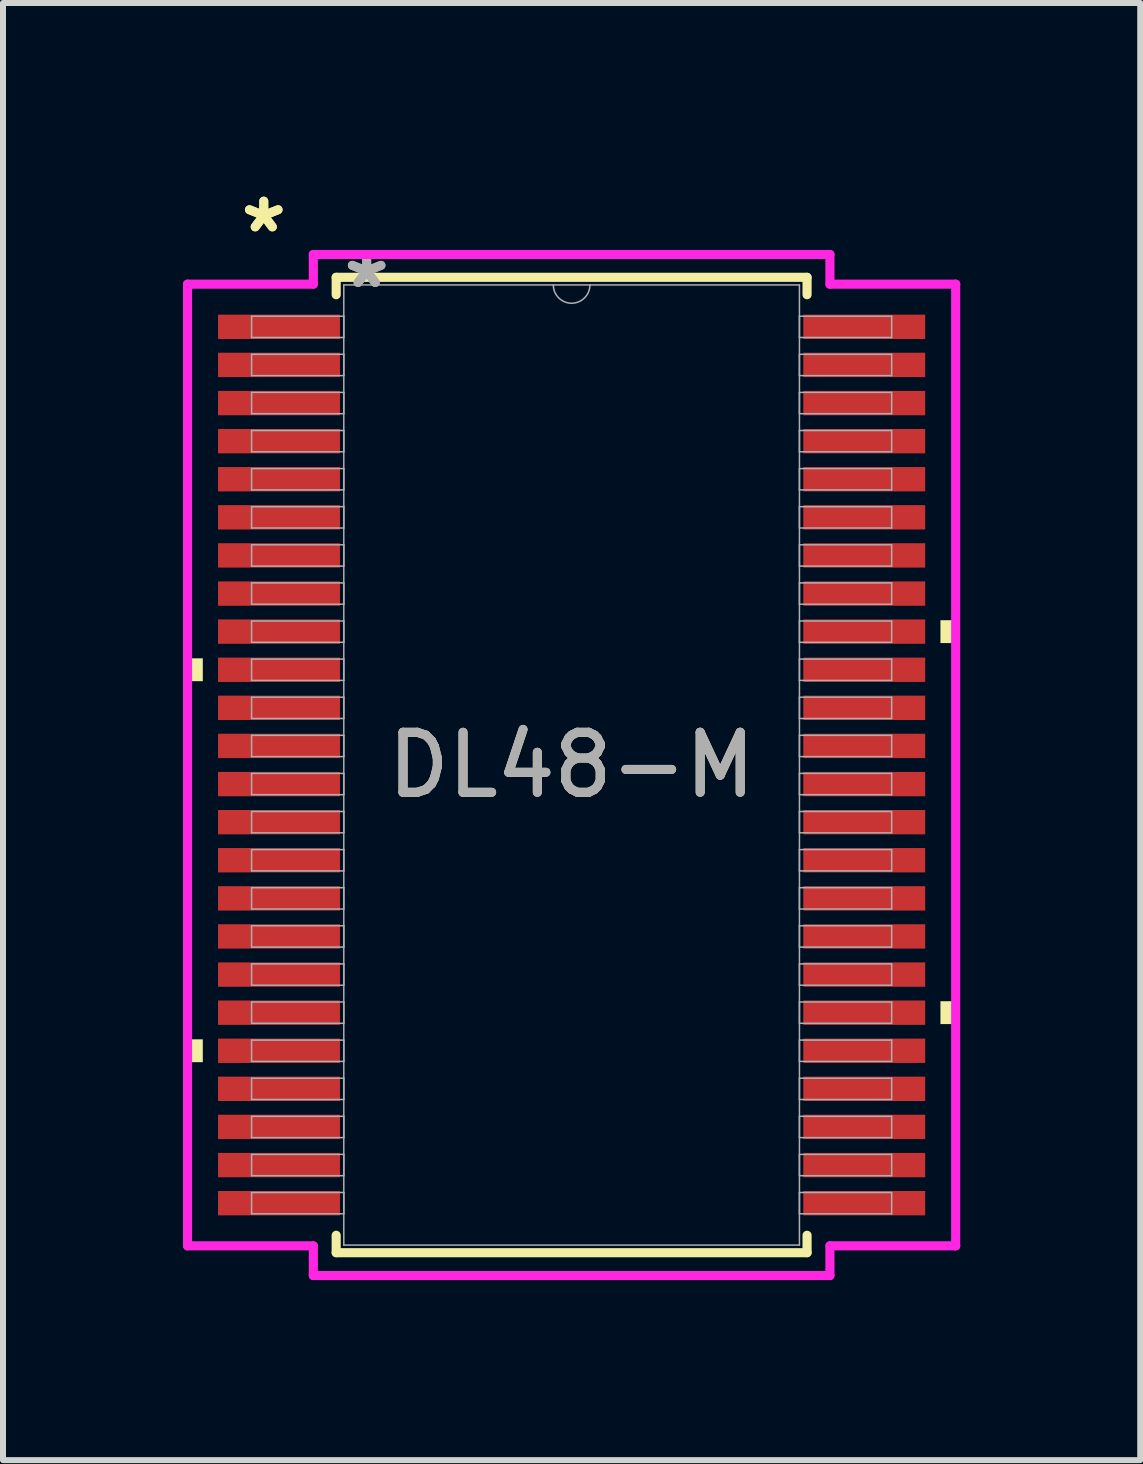
<source format=kicad_pcb>
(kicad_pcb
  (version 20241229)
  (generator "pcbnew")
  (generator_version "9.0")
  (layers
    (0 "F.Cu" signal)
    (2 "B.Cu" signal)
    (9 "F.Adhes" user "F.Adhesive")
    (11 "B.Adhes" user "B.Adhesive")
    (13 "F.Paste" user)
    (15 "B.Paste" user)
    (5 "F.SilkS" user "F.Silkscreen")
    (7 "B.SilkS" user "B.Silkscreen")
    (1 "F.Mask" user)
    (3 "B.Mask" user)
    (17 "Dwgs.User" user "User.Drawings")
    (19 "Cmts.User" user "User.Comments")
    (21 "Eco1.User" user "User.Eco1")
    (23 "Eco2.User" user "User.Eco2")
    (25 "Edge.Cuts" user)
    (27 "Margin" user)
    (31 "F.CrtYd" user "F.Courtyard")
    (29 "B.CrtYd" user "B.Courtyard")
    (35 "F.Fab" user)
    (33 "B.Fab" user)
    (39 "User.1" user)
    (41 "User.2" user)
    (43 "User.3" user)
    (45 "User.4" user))
  (footprint "DL48-M"
    (layer "F.Cu")
    (at 6.477 9.7)
    (property "Reference" "DL48-M" (at 0 0 0) (unlocked yes) (layer "F.SilkS") (effects (font (size 1 1) (thickness 0.15))))
    (attr smd)
    (fp_line (start -3.924 -8.128) (end -3.924 -7.838) (stroke (width 0.152) (type solid)) (layer "F.SilkS"))
    (fp_line (start -3.924 7.838) (end -3.924 8.128) (stroke (width 0.152) (type solid)) (layer "F.SilkS"))
    (fp_line (start -3.924 8.128) (end 3.924 8.128) (stroke (width 0.152) (type solid)) (layer "F.SilkS"))
    (fp_line (start 3.924 -8.128) (end -3.924 -8.128) (stroke (width 0.152) (type solid)) (layer "F.SilkS"))
    (fp_line (start 3.924 -7.838) (end 3.924 -8.128) (stroke (width 0.152) (type solid)) (layer "F.SilkS"))
    (fp_line (start 3.924 8.128) (end 3.924 7.838) (stroke (width 0.152) (type solid)) (layer "F.SilkS"))
    (fp_poly (pts (xy -6.401 -1.778) (xy -6.401 -1.397) (xy -6.147 -1.397) (xy -6.147 -1.778)) (stroke (width 0) (type solid)) (fill yes) (layer "F.SilkS"))
    (fp_poly (pts (xy -6.401 4.572) (xy -6.401 4.953) (xy -6.147 4.953) (xy -6.147 4.572)) (stroke (width 0) (type solid)) (fill yes) (layer "F.SilkS"))
    (fp_poly (pts (xy 6.401 -2.413) (xy 6.401 -2.032) (xy 6.147 -2.032) (xy 6.147 -2.413)) (stroke (width 0) (type solid)) (fill yes) (layer "F.SilkS"))
    (fp_poly (pts (xy 6.401 3.937) (xy 6.401 4.318) (xy 6.147 4.318) (xy 6.147 3.937)) (stroke (width 0) (type solid)) (fill yes) (layer "F.SilkS"))
    (fp_line (start -6.401 -8.014) (end -4.305 -8.014) (stroke (width 0.152) (type solid)) (layer "F.CrtYd"))
    (fp_line (start -6.401 8.014) (end -6.401 -8.014) (stroke (width 0.152) (type solid)) (layer "F.CrtYd"))
    (fp_line (start -6.401 8.014) (end -4.305 8.014) (stroke (width 0.152) (type solid)) (layer "F.CrtYd"))
    (fp_line (start -4.305 -8.509) (end 4.305 -8.509) (stroke (width 0.152) (type solid)) (layer "F.CrtYd"))
    (fp_line (start -4.305 -8.014) (end -4.305 -8.509) (stroke (width 0.152) (type solid)) (layer "F.CrtYd"))
    (fp_line (start -4.305 8.509) (end -4.305 8.014) (stroke (width 0.152) (type solid)) (layer "F.CrtYd"))
    (fp_line (start 4.305 -8.509) (end 4.305 -8.014) (stroke (width 0.152) (type solid)) (layer "F.CrtYd"))
    (fp_line (start 4.305 8.014) (end 4.305 8.509) (stroke (width 0.152) (type solid)) (layer "F.CrtYd"))
    (fp_line (start 4.305 8.509) (end -4.305 8.509) (stroke (width 0.152) (type solid)) (layer "F.CrtYd"))
    (fp_line (start 6.401 -8.014) (end 4.305 -8.014) (stroke (width 0.152) (type solid)) (layer "F.CrtYd"))
    (fp_line (start 6.401 -8.014) (end 6.401 8.014) (stroke (width 0.152) (type solid)) (layer "F.CrtYd"))
    (fp_line (start 6.401 8.014) (end 4.305 8.014) (stroke (width 0.152) (type solid)) (layer "F.CrtYd"))
    (fp_line (start -5.334 -7.48) (end -5.334 -7.125) (stroke (width 0.025) (type solid)) (layer "F.Fab"))
    (fp_line (start -5.334 -7.125) (end -3.797 -7.125) (stroke (width 0.025) (type solid)) (layer "F.Fab"))
    (fp_line (start -5.334 -6.845) (end -5.334 -6.49) (stroke (width 0.025) (type solid)) (layer "F.Fab"))
    (fp_line (start -5.334 -6.49) (end -3.797 -6.49) (stroke (width 0.025) (type solid)) (layer "F.Fab"))
    (fp_line (start -5.334 -6.21) (end -5.334 -5.855) (stroke (width 0.025) (type solid)) (layer "F.Fab"))
    (fp_line (start -5.334 -5.855) (end -3.797 -5.855) (stroke (width 0.025) (type solid)) (layer "F.Fab"))
    (fp_line (start -5.334 -5.575) (end -5.334 -5.22) (stroke (width 0.025) (type solid)) (layer "F.Fab"))
    (fp_line (start -5.334 -5.22) (end -3.797 -5.22) (stroke (width 0.025) (type solid)) (layer "F.Fab"))
    (fp_line (start -5.334 -4.94) (end -5.334 -4.585) (stroke (width 0.025) (type solid)) (layer "F.Fab"))
    (fp_line (start -5.334 -4.585) (end -3.797 -4.585) (stroke (width 0.025) (type solid)) (layer "F.Fab"))
    (fp_line (start -5.334 -4.305) (end -5.334 -3.95) (stroke (width 0.025) (type solid)) (layer "F.Fab"))
    (fp_line (start -5.334 -3.95) (end -3.797 -3.95) (stroke (width 0.025) (type solid)) (layer "F.Fab"))
    (fp_line (start -5.334 -3.67) (end -5.334 -3.315) (stroke (width 0.025) (type solid)) (layer "F.Fab"))
    (fp_line (start -5.334 -3.315) (end -3.797 -3.315) (stroke (width 0.025) (type solid)) (layer "F.Fab"))
    (fp_line (start -5.334 -3.035) (end -5.334 -2.68) (stroke (width 0.025) (type solid)) (layer "F.Fab"))
    (fp_line (start -5.334 -2.68) (end -3.797 -2.68) (stroke (width 0.025) (type solid)) (layer "F.Fab"))
    (fp_line (start -5.334 -2.4) (end -5.334 -2.045) (stroke (width 0.025) (type solid)) (layer "F.Fab"))
    (fp_line (start -5.334 -2.045) (end -3.797 -2.045) (stroke (width 0.025) (type solid)) (layer "F.Fab"))
    (fp_line (start -5.334 -1.765) (end -5.334 -1.41) (stroke (width 0.025) (type solid)) (layer "F.Fab"))
    (fp_line (start -5.334 -1.41) (end -3.797 -1.41) (stroke (width 0.025) (type solid)) (layer "F.Fab"))
    (fp_line (start -5.334 -1.13) (end -5.334 -0.775) (stroke (width 0.025) (type solid)) (layer "F.Fab"))
    (fp_line (start -5.334 -0.775) (end -3.797 -0.775) (stroke (width 0.025) (type solid)) (layer "F.Fab"))
    (fp_line (start -5.334 -0.495) (end -5.334 -0.14) (stroke (width 0.025) (type solid)) (layer "F.Fab"))
    (fp_line (start -5.334 -0.14) (end -3.797 -0.14) (stroke (width 0.025) (type solid)) (layer "F.Fab"))
    (fp_line (start -5.334 0.14) (end -5.334 0.495) (stroke (width 0.025) (type solid)) (layer "F.Fab"))
    (fp_line (start -5.334 0.495) (end -3.797 0.495) (stroke (width 0.025) (type solid)) (layer "F.Fab"))
    (fp_line (start -5.334 0.775) (end -5.334 1.13) (stroke (width 0.025) (type solid)) (layer "F.Fab"))
    (fp_line (start -5.334 1.13) (end -3.797 1.13) (stroke (width 0.025) (type solid)) (layer "F.Fab"))
    (fp_line (start -5.334 1.41) (end -5.334 1.765) (stroke (width 0.025) (type solid)) (layer "F.Fab"))
    (fp_line (start -5.334 1.765) (end -3.797 1.765) (stroke (width 0.025) (type solid)) (layer "F.Fab"))
    (fp_line (start -5.334 2.045) (end -5.334 2.4) (stroke (width 0.025) (type solid)) (layer "F.Fab"))
    (fp_line (start -5.334 2.4) (end -3.797 2.4) (stroke (width 0.025) (type solid)) (layer "F.Fab"))
    (fp_line (start -5.334 2.68) (end -5.334 3.035) (stroke (width 0.025) (type solid)) (layer "F.Fab"))
    (fp_line (start -5.334 3.035) (end -3.797 3.035) (stroke (width 0.025) (type solid)) (layer "F.Fab"))
    (fp_line (start -5.334 3.315) (end -5.334 3.67) (stroke (width 0.025) (type solid)) (layer "F.Fab"))
    (fp_line (start -5.334 3.67) (end -3.797 3.67) (stroke (width 0.025) (type solid)) (layer "F.Fab"))
    (fp_line (start -5.334 3.95) (end -5.334 4.305) (stroke (width 0.025) (type solid)) (layer "F.Fab"))
    (fp_line (start -5.334 4.305) (end -3.797 4.305) (stroke (width 0.025) (type solid)) (layer "F.Fab"))
    (fp_line (start -5.334 4.585) (end -5.334 4.94) (stroke (width 0.025) (type solid)) (layer "F.Fab"))
    (fp_line (start -5.334 4.94) (end -3.797 4.94) (stroke (width 0.025) (type solid)) (layer "F.Fab"))
    (fp_line (start -5.334 5.22) (end -5.334 5.575) (stroke (width 0.025) (type solid)) (layer "F.Fab"))
    (fp_line (start -5.334 5.575) (end -3.797 5.575) (stroke (width 0.025) (type solid)) (layer "F.Fab"))
    (fp_line (start -5.334 5.855) (end -5.334 6.21) (stroke (width 0.025) (type solid)) (layer "F.Fab"))
    (fp_line (start -5.334 6.21) (end -3.797 6.21) (stroke (width 0.025) (type solid)) (layer "F.Fab"))
    (fp_line (start -5.334 6.49) (end -5.334 6.845) (stroke (width 0.025) (type solid)) (layer "F.Fab"))
    (fp_line (start -5.334 6.845) (end -3.797 6.845) (stroke (width 0.025) (type solid)) (layer "F.Fab"))
    (fp_line (start -5.334 7.125) (end -5.334 7.48) (stroke (width 0.025) (type solid)) (layer "F.Fab"))
    (fp_line (start -5.334 7.48) (end -3.797 7.48) (stroke (width 0.025) (type solid)) (layer "F.Fab"))
    (fp_line (start -3.797 -8.001) (end -3.797 8.001) (stroke (width 0.025) (type solid)) (layer "F.Fab"))
    (fp_line (start -3.797 -7.48) (end -5.334 -7.48) (stroke (width 0.025) (type solid)) (layer "F.Fab"))
    (fp_line (start -3.797 -7.125) (end -3.797 -7.48) (stroke (width 0.025) (type solid)) (layer "F.Fab"))
    (fp_line (start -3.797 -6.845) (end -5.334 -6.845) (stroke (width 0.025) (type solid)) (layer "F.Fab"))
    (fp_line (start -3.797 -6.49) (end -3.797 -6.845) (stroke (width 0.025) (type solid)) (layer "F.Fab"))
    (fp_line (start -3.797 -6.21) (end -5.334 -6.21) (stroke (width 0.025) (type solid)) (layer "F.Fab"))
    (fp_line (start -3.797 -5.855) (end -3.797 -6.21) (stroke (width 0.025) (type solid)) (layer "F.Fab"))
    (fp_line (start -3.797 -5.575) (end -5.334 -5.575) (stroke (width 0.025) (type solid)) (layer "F.Fab"))
    (fp_line (start -3.797 -5.22) (end -3.797 -5.575) (stroke (width 0.025) (type solid)) (layer "F.Fab"))
    (fp_line (start -3.797 -4.94) (end -5.334 -4.94) (stroke (width 0.025) (type solid)) (layer "F.Fab"))
    (fp_line (start -3.797 -4.585) (end -3.797 -4.94) (stroke (width 0.025) (type solid)) (layer "F.Fab"))
    (fp_line (start -3.797 -4.305) (end -5.334 -4.305) (stroke (width 0.025) (type solid)) (layer "F.Fab"))
    (fp_line (start -3.797 -3.95) (end -3.797 -4.305) (stroke (width 0.025) (type solid)) (layer "F.Fab"))
    (fp_line (start -3.797 -3.67) (end -5.334 -3.67) (stroke (width 0.025) (type solid)) (layer "F.Fab"))
    (fp_line (start -3.797 -3.315) (end -3.797 -3.67) (stroke (width 0.025) (type solid)) (layer "F.Fab"))
    (fp_line (start -3.797 -3.035) (end -5.334 -3.035) (stroke (width 0.025) (type solid)) (layer "F.Fab"))
    (fp_line (start -3.797 -2.68) (end -3.797 -3.035) (stroke (width 0.025) (type solid)) (layer "F.Fab"))
    (fp_line (start -3.797 -2.4) (end -5.334 -2.4) (stroke (width 0.025) (type solid)) (layer "F.Fab"))
    (fp_line (start -3.797 -2.045) (end -3.797 -2.4) (stroke (width 0.025) (type solid)) (layer "F.Fab"))
    (fp_line (start -3.797 -1.765) (end -5.334 -1.765) (stroke (width 0.025) (type solid)) (layer "F.Fab"))
    (fp_line (start -3.797 -1.41) (end -3.797 -1.765) (stroke (width 0.025) (type solid)) (layer "F.Fab"))
    (fp_line (start -3.797 -1.13) (end -5.334 -1.13) (stroke (width 0.025) (type solid)) (layer "F.Fab"))
    (fp_line (start -3.797 -0.775) (end -3.797 -1.13) (stroke (width 0.025) (type solid)) (layer "F.Fab"))
    (fp_line (start -3.797 -0.495) (end -5.334 -0.495) (stroke (width 0.025) (type solid)) (layer "F.Fab"))
    (fp_line (start -3.797 -0.14) (end -3.797 -0.495) (stroke (width 0.025) (type solid)) (layer "F.Fab"))
    (fp_line (start -3.797 0.14) (end -5.334 0.14) (stroke (width 0.025) (type solid)) (layer "F.Fab"))
    (fp_line (start -3.797 0.495) (end -3.797 0.14) (stroke (width 0.025) (type solid)) (layer "F.Fab"))
    (fp_line (start -3.797 0.775) (end -5.334 0.775) (stroke (width 0.025) (type solid)) (layer "F.Fab"))
    (fp_line (start -3.797 1.13) (end -3.797 0.775) (stroke (width 0.025) (type solid)) (layer "F.Fab"))
    (fp_line (start -3.797 1.41) (end -5.334 1.41) (stroke (width 0.025) (type solid)) (layer "F.Fab"))
    (fp_line (start -3.797 1.765) (end -3.797 1.41) (stroke (width 0.025) (type solid)) (layer "F.Fab"))
    (fp_line (start -3.797 2.045) (end -5.334 2.045) (stroke (width 0.025) (type solid)) (layer "F.Fab"))
    (fp_line (start -3.797 2.4) (end -3.797 2.045) (stroke (width 0.025) (type solid)) (layer "F.Fab"))
    (fp_line (start -3.797 2.68) (end -5.334 2.68) (stroke (width 0.025) (type solid)) (layer "F.Fab"))
    (fp_line (start -3.797 3.035) (end -3.797 2.68) (stroke (width 0.025) (type solid)) (layer "F.Fab"))
    (fp_line (start -3.797 3.315) (end -5.334 3.315) (stroke (width 0.025) (type solid)) (layer "F.Fab"))
    (fp_line (start -3.797 3.67) (end -3.797 3.315) (stroke (width 0.025) (type solid)) (layer "F.Fab"))
    (fp_line (start -3.797 3.95) (end -5.334 3.95) (stroke (width 0.025) (type solid)) (layer "F.Fab"))
    (fp_line (start -3.797 4.305) (end -3.797 3.95) (stroke (width 0.025) (type solid)) (layer "F.Fab"))
    (fp_line (start -3.797 4.585) (end -5.334 4.585) (stroke (width 0.025) (type solid)) (layer "F.Fab"))
    (fp_line (start -3.797 4.94) (end -3.797 4.585) (stroke (width 0.025) (type solid)) (layer "F.Fab"))
    (fp_line (start -3.797 5.22) (end -5.334 5.22) (stroke (width 0.025) (type solid)) (layer "F.Fab"))
    (fp_line (start -3.797 5.575) (end -3.797 5.22) (stroke (width 0.025) (type solid)) (layer "F.Fab"))
    (fp_line (start -3.797 5.855) (end -5.334 5.855) (stroke (width 0.025) (type solid)) (layer "F.Fab"))
    (fp_line (start -3.797 6.21) (end -3.797 5.855) (stroke (width 0.025) (type solid)) (layer "F.Fab"))
    (fp_line (start -3.797 6.49) (end -5.334 6.49) (stroke (width 0.025) (type solid)) (layer "F.Fab"))
    (fp_line (start -3.797 6.845) (end -3.797 6.49) (stroke (width 0.025) (type solid)) (layer "F.Fab"))
    (fp_line (start -3.797 7.125) (end -5.334 7.125) (stroke (width 0.025) (type solid)) (layer "F.Fab"))
    (fp_line (start -3.797 7.48) (end -3.797 7.125) (stroke (width 0.025) (type solid)) (layer "F.Fab"))
    (fp_line (start -3.797 8.001) (end 3.797 8.001) (stroke (width 0.025) (type solid)) (layer "F.Fab"))
    (fp_line (start 3.797 -8.001) (end -3.797 -8.001) (stroke (width 0.025) (type solid)) (layer "F.Fab"))
    (fp_line (start 3.797 -7.48) (end 3.797 -7.125) (stroke (width 0.025) (type solid)) (layer "F.Fab"))
    (fp_line (start 3.797 -7.125) (end 5.334 -7.125) (stroke (width 0.025) (type solid)) (layer "F.Fab"))
    (fp_line (start 3.797 -6.845) (end 3.797 -6.49) (stroke (width 0.025) (type solid)) (layer "F.Fab"))
    (fp_line (start 3.797 -6.49) (end 5.334 -6.49) (stroke (width 0.025) (type solid)) (layer "F.Fab"))
    (fp_line (start 3.797 -6.21) (end 3.797 -5.855) (stroke (width 0.025) (type solid)) (layer "F.Fab"))
    (fp_line (start 3.797 -5.855) (end 5.334 -5.855) (stroke (width 0.025) (type solid)) (layer "F.Fab"))
    (fp_line (start 3.797 -5.575) (end 3.797 -5.22) (stroke (width 0.025) (type solid)) (layer "F.Fab"))
    (fp_line (start 3.797 -5.22) (end 5.334 -5.22) (stroke (width 0.025) (type solid)) (layer "F.Fab"))
    (fp_line (start 3.797 -4.94) (end 3.797 -4.585) (stroke (width 0.025) (type solid)) (layer "F.Fab"))
    (fp_line (start 3.797 -4.585) (end 5.334 -4.585) (stroke (width 0.025) (type solid)) (layer "F.Fab"))
    (fp_line (start 3.797 -4.305) (end 3.797 -3.95) (stroke (width 0.025) (type solid)) (layer "F.Fab"))
    (fp_line (start 3.797 -3.95) (end 5.334 -3.95) (stroke (width 0.025) (type solid)) (layer "F.Fab"))
    (fp_line (start 3.797 -3.67) (end 3.797 -3.315) (stroke (width 0.025) (type solid)) (layer "F.Fab"))
    (fp_line (start 3.797 -3.315) (end 5.334 -3.315) (stroke (width 0.025) (type solid)) (layer "F.Fab"))
    (fp_line (start 3.797 -3.035) (end 3.797 -2.68) (stroke (width 0.025) (type solid)) (layer "F.Fab"))
    (fp_line (start 3.797 -2.68) (end 5.334 -2.68) (stroke (width 0.025) (type solid)) (layer "F.Fab"))
    (fp_line (start 3.797 -2.4) (end 3.797 -2.045) (stroke (width 0.025) (type solid)) (layer "F.Fab"))
    (fp_line (start 3.797 -2.045) (end 5.334 -2.045) (stroke (width 0.025) (type solid)) (layer "F.Fab"))
    (fp_line (start 3.797 -1.765) (end 3.797 -1.41) (stroke (width 0.025) (type solid)) (layer "F.Fab"))
    (fp_line (start 3.797 -1.41) (end 5.334 -1.41) (stroke (width 0.025) (type solid)) (layer "F.Fab"))
    (fp_line (start 3.797 -1.13) (end 3.797 -0.775) (stroke (width 0.025) (type solid)) (layer "F.Fab"))
    (fp_line (start 3.797 -0.775) (end 5.334 -0.775) (stroke (width 0.025) (type solid)) (layer "F.Fab"))
    (fp_line (start 3.797 -0.495) (end 3.797 -0.14) (stroke (width 0.025) (type solid)) (layer "F.Fab"))
    (fp_line (start 3.797 -0.14) (end 5.334 -0.14) (stroke (width 0.025) (type solid)) (layer "F.Fab"))
    (fp_line (start 3.797 0.14) (end 3.797 0.495) (stroke (width 0.025) (type solid)) (layer "F.Fab"))
    (fp_line (start 3.797 0.495) (end 5.334 0.495) (stroke (width 0.025) (type solid)) (layer "F.Fab"))
    (fp_line (start 3.797 0.775) (end 3.797 1.13) (stroke (width 0.025) (type solid)) (layer "F.Fab"))
    (fp_line (start 3.797 1.13) (end 5.334 1.13) (stroke (width 0.025) (type solid)) (layer "F.Fab"))
    (fp_line (start 3.797 1.41) (end 3.797 1.765) (stroke (width 0.025) (type solid)) (layer "F.Fab"))
    (fp_line (start 3.797 1.765) (end 5.334 1.765) (stroke (width 0.025) (type solid)) (layer "F.Fab"))
    (fp_line (start 3.797 2.045) (end 3.797 2.4) (stroke (width 0.025) (type solid)) (layer "F.Fab"))
    (fp_line (start 3.797 2.4) (end 5.334 2.4) (stroke (width 0.025) (type solid)) (layer "F.Fab"))
    (fp_line (start 3.797 2.68) (end 3.797 3.035) (stroke (width 0.025) (type solid)) (layer "F.Fab"))
    (fp_line (start 3.797 3.035) (end 5.334 3.035) (stroke (width 0.025) (type solid)) (layer "F.Fab"))
    (fp_line (start 3.797 3.315) (end 3.797 3.67) (stroke (width 0.025) (type solid)) (layer "F.Fab"))
    (fp_line (start 3.797 3.67) (end 5.334 3.67) (stroke (width 0.025) (type solid)) (layer "F.Fab"))
    (fp_line (start 3.797 3.95) (end 3.797 4.305) (stroke (width 0.025) (type solid)) (layer "F.Fab"))
    (fp_line (start 3.797 4.305) (end 5.334 4.305) (stroke (width 0.025) (type solid)) (layer "F.Fab"))
    (fp_line (start 3.797 4.585) (end 3.797 4.94) (stroke (width 0.025) (type solid)) (layer "F.Fab"))
    (fp_line (start 3.797 4.94) (end 5.334 4.94) (stroke (width 0.025) (type solid)) (layer "F.Fab"))
    (fp_line (start 3.797 5.22) (end 3.797 5.575) (stroke (width 0.025) (type solid)) (layer "F.Fab"))
    (fp_line (start 3.797 5.575) (end 5.334 5.575) (stroke (width 0.025) (type solid)) (layer "F.Fab"))
    (fp_line (start 3.797 5.855) (end 3.797 6.21) (stroke (width 0.025) (type solid)) (layer "F.Fab"))
    (fp_line (start 3.797 6.21) (end 5.334 6.21) (stroke (width 0.025) (type solid)) (layer "F.Fab"))
    (fp_line (start 3.797 6.49) (end 3.797 6.845) (stroke (width 0.025) (type solid)) (layer "F.Fab"))
    (fp_line (start 3.797 6.845) (end 5.334 6.845) (stroke (width 0.025) (type solid)) (layer "F.Fab"))
    (fp_line (start 3.797 7.125) (end 3.797 7.48) (stroke (width 0.025) (type solid)) (layer "F.Fab"))
    (fp_line (start 3.797 7.48) (end 5.334 7.48) (stroke (width 0.025) (type solid)) (layer "F.Fab"))
    (fp_line (start 3.797 8.001) (end 3.797 -8.001) (stroke (width 0.025) (type solid)) (layer "F.Fab"))
    (fp_line (start 5.334 -7.48) (end 3.797 -7.48) (stroke (width 0.025) (type solid)) (layer "F.Fab"))
    (fp_line (start 5.334 -7.125) (end 5.334 -7.48) (stroke (width 0.025) (type solid)) (layer "F.Fab"))
    (fp_line (start 5.334 -6.845) (end 3.797 -6.845) (stroke (width 0.025) (type solid)) (layer "F.Fab"))
    (fp_line (start 5.334 -6.49) (end 5.334 -6.845) (stroke (width 0.025) (type solid)) (layer "F.Fab"))
    (fp_line (start 5.334 -6.21) (end 3.797 -6.21) (stroke (width 0.025) (type solid)) (layer "F.Fab"))
    (fp_line (start 5.334 -5.855) (end 5.334 -6.21) (stroke (width 0.025) (type solid)) (layer "F.Fab"))
    (fp_line (start 5.334 -5.575) (end 3.797 -5.575) (stroke (width 0.025) (type solid)) (layer "F.Fab"))
    (fp_line (start 5.334 -5.22) (end 5.334 -5.575) (stroke (width 0.025) (type solid)) (layer "F.Fab"))
    (fp_line (start 5.334 -4.94) (end 3.797 -4.94) (stroke (width 0.025) (type solid)) (layer "F.Fab"))
    (fp_line (start 5.334 -4.585) (end 5.334 -4.94) (stroke (width 0.025) (type solid)) (layer "F.Fab"))
    (fp_line (start 5.334 -4.305) (end 3.797 -4.305) (stroke (width 0.025) (type solid)) (layer "F.Fab"))
    (fp_line (start 5.334 -3.95) (end 5.334 -4.305) (stroke (width 0.025) (type solid)) (layer "F.Fab"))
    (fp_line (start 5.334 -3.67) (end 3.797 -3.67) (stroke (width 0.025) (type solid)) (layer "F.Fab"))
    (fp_line (start 5.334 -3.315) (end 5.334 -3.67) (stroke (width 0.025) (type solid)) (layer "F.Fab"))
    (fp_line (start 5.334 -3.035) (end 3.797 -3.035) (stroke (width 0.025) (type solid)) (layer "F.Fab"))
    (fp_line (start 5.334 -2.68) (end 5.334 -3.035) (stroke (width 0.025) (type solid)) (layer "F.Fab"))
    (fp_line (start 5.334 -2.4) (end 3.797 -2.4) (stroke (width 0.025) (type solid)) (layer "F.Fab"))
    (fp_line (start 5.334 -2.045) (end 5.334 -2.4) (stroke (width 0.025) (type solid)) (layer "F.Fab"))
    (fp_line (start 5.334 -1.765) (end 3.797 -1.765) (stroke (width 0.025) (type solid)) (layer "F.Fab"))
    (fp_line (start 5.334 -1.41) (end 5.334 -1.765) (stroke (width 0.025) (type solid)) (layer "F.Fab"))
    (fp_line (start 5.334 -1.13) (end 3.797 -1.13) (stroke (width 0.025) (type solid)) (layer "F.Fab"))
    (fp_line (start 5.334 -0.775) (end 5.334 -1.13) (stroke (width 0.025) (type solid)) (layer "F.Fab"))
    (fp_line (start 5.334 -0.495) (end 3.797 -0.495) (stroke (width 0.025) (type solid)) (layer "F.Fab"))
    (fp_line (start 5.334 -0.14) (end 5.334 -0.495) (stroke (width 0.025) (type solid)) (layer "F.Fab"))
    (fp_line (start 5.334 0.14) (end 3.797 0.14) (stroke (width 0.025) (type solid)) (layer "F.Fab"))
    (fp_line (start 5.334 0.495) (end 5.334 0.14) (stroke (width 0.025) (type solid)) (layer "F.Fab"))
    (fp_line (start 5.334 0.775) (end 3.797 0.775) (stroke (width 0.025) (type solid)) (layer "F.Fab"))
    (fp_line (start 5.334 1.13) (end 5.334 0.775) (stroke (width 0.025) (type solid)) (layer "F.Fab"))
    (fp_line (start 5.334 1.41) (end 3.797 1.41) (stroke (width 0.025) (type solid)) (layer "F.Fab"))
    (fp_line (start 5.334 1.765) (end 5.334 1.41) (stroke (width 0.025) (type solid)) (layer "F.Fab"))
    (fp_line (start 5.334 2.045) (end 3.797 2.045) (stroke (width 0.025) (type solid)) (layer "F.Fab"))
    (fp_line (start 5.334 2.4) (end 5.334 2.045) (stroke (width 0.025) (type solid)) (layer "F.Fab"))
    (fp_line (start 5.334 2.68) (end 3.797 2.68) (stroke (width 0.025) (type solid)) (layer "F.Fab"))
    (fp_line (start 5.334 3.035) (end 5.334 2.68) (stroke (width 0.025) (type solid)) (layer "F.Fab"))
    (fp_line (start 5.334 3.315) (end 3.797 3.315) (stroke (width 0.025) (type solid)) (layer "F.Fab"))
    (fp_line (start 5.334 3.67) (end 5.334 3.315) (stroke (width 0.025) (type solid)) (layer "F.Fab"))
    (fp_line (start 5.334 3.95) (end 3.797 3.95) (stroke (width 0.025) (type solid)) (layer "F.Fab"))
    (fp_line (start 5.334 4.305) (end 5.334 3.95) (stroke (width 0.025) (type solid)) (layer "F.Fab"))
    (fp_line (start 5.334 4.585) (end 3.797 4.585) (stroke (width 0.025) (type solid)) (layer "F.Fab"))
    (fp_line (start 5.334 4.94) (end 5.334 4.585) (stroke (width 0.025) (type solid)) (layer "F.Fab"))
    (fp_line (start 5.334 5.22) (end 3.797 5.22) (stroke (width 0.025) (type solid)) (layer "F.Fab"))
    (fp_line (start 5.334 5.575) (end 5.334 5.22) (stroke (width 0.025) (type solid)) (layer "F.Fab"))
    (fp_line (start 5.334 5.855) (end 3.797 5.855) (stroke (width 0.025) (type solid)) (layer "F.Fab"))
    (fp_line (start 5.334 6.21) (end 5.334 5.855) (stroke (width 0.025) (type solid)) (layer "F.Fab"))
    (fp_line (start 5.334 6.49) (end 3.797 6.49) (stroke (width 0.025) (type solid)) (layer "F.Fab"))
    (fp_line (start 5.334 6.845) (end 5.334 6.49) (stroke (width 0.025) (type solid)) (layer "F.Fab"))
    (fp_line (start 5.334 7.125) (end 3.797 7.125) (stroke (width 0.025) (type solid)) (layer "F.Fab"))
    (fp_line (start 5.334 7.48) (end 5.334 7.125) (stroke (width 0.025) (type solid)) (layer "F.Fab"))
    (fp_arc (start 0.3048 -8.001) (mid 0 -7.6962) (end -0.3048 -8.001) (stroke (width 0.0254) (type solid)) (layer "F.Fab"))
    (fp_text user "*" (at -5.131 -8.852 0) (layer "F.SilkS") (effects (font (size 1 1) (thickness 0.15))))
    (fp_text user "*" (at -5.131 -8.852 0) (unlocked yes) (layer "F.SilkS") (effects (font (size 1 1) (thickness 0.15))))
    (fp_text user "${REFERENCE}" (at 0 0 0) (unlocked yes) (layer "F.Fab") (effects (font (size 1 1) (thickness 0.15))))
    (fp_text user "*" (at -3.416 -7.925 0) (layer "F.Fab") (effects (font (size 1 1) (thickness 0.15))))
    (fp_text user "*" (at -3.416 -7.925 0) (unlocked yes) (layer "F.Fab") (effects (font (size 1 1) (thickness 0.15))))
    (pad "1" smd rect (at -4.877 -7.303) (size 2.032 0.406) (layers "F.Cu" "F.Mask" "F.Paste"))
    (pad "2" smd rect (at -4.877 -6.668) (size 2.032 0.406) (layers "F.Cu" "F.Mask" "F.Paste"))
    (pad "3" smd rect (at -4.877 -6.032) (size 2.032 0.406) (layers "F.Cu" "F.Mask" "F.Paste"))
    (pad "4" smd rect (at -4.877 -5.397) (size 2.032 0.406) (layers "F.Cu" "F.Mask" "F.Paste"))
    (pad "5" smd rect (at -4.877 -4.763) (size 2.032 0.406) (layers "F.Cu" "F.Mask" "F.Paste"))
    (pad "6" smd rect (at -4.877 -4.128) (size 2.032 0.406) (layers "F.Cu" "F.Mask" "F.Paste"))
    (pad "7" smd rect (at -4.877 -3.493) (size 2.032 0.406) (layers "F.Cu" "F.Mask" "F.Paste"))
    (pad "8" smd rect (at -4.877 -2.857) (size 2.032 0.406) (layers "F.Cu" "F.Mask" "F.Paste"))
    (pad "9" smd rect (at -4.877 -2.223) (size 2.032 0.406) (layers "F.Cu" "F.Mask" "F.Paste"))
    (pad "10" smd rect (at -4.877 -1.587) (size 2.032 0.406) (layers "F.Cu" "F.Mask" "F.Paste"))
    (pad "11" smd rect (at -4.877 -0.953) (size 2.032 0.406) (layers "F.Cu" "F.Mask" "F.Paste"))
    (pad "12" smd rect (at -4.877 -0.318) (size 2.032 0.406) (layers "F.Cu" "F.Mask" "F.Paste"))
    (pad "13" smd rect (at -4.877 0.318) (size 2.032 0.406) (layers "F.Cu" "F.Mask" "F.Paste"))
    (pad "14" smd rect (at -4.877 0.953) (size 2.032 0.406) (layers "F.Cu" "F.Mask" "F.Paste"))
    (pad "15" smd rect (at -4.877 1.587) (size 2.032 0.406) (layers "F.Cu" "F.Mask" "F.Paste"))
    (pad "16" smd rect (at -4.877 2.223) (size 2.032 0.406) (layers "F.Cu" "F.Mask" "F.Paste"))
    (pad "17" smd rect (at -4.877 2.857) (size 2.032 0.406) (layers "F.Cu" "F.Mask" "F.Paste"))
    (pad "18" smd rect (at -4.877 3.493) (size 2.032 0.406) (layers "F.Cu" "F.Mask" "F.Paste"))
    (pad "19" smd rect (at -4.877 4.128) (size 2.032 0.406) (layers "F.Cu" "F.Mask" "F.Paste"))
    (pad "20" smd rect (at -4.877 4.763) (size 2.032 0.406) (layers "F.Cu" "F.Mask" "F.Paste"))
    (pad "21" smd rect (at -4.877 5.397) (size 2.032 0.406) (layers "F.Cu" "F.Mask" "F.Paste"))
    (pad "22" smd rect (at -4.877 6.032) (size 2.032 0.406) (layers "F.Cu" "F.Mask" "F.Paste"))
    (pad "23" smd rect (at -4.877 6.668) (size 2.032 0.406) (layers "F.Cu" "F.Mask" "F.Paste"))
    (pad "24" smd rect (at -4.877 7.303) (size 2.032 0.406) (layers "F.Cu" "F.Mask" "F.Paste"))
    (pad "25" smd rect (at 4.877 7.303) (size 2.032 0.406) (layers "F.Cu" "F.Mask" "F.Paste"))
    (pad "26" smd rect (at 4.877 6.668) (size 2.032 0.406) (layers "F.Cu" "F.Mask" "F.Paste"))
    (pad "27" smd rect (at 4.877 6.032) (size 2.032 0.406) (layers "F.Cu" "F.Mask" "F.Paste"))
    (pad "28" smd rect (at 4.877 5.397) (size 2.032 0.406) (layers "F.Cu" "F.Mask" "F.Paste"))
    (pad "29" smd rect (at 4.877 4.763) (size 2.032 0.406) (layers "F.Cu" "F.Mask" "F.Paste"))
    (pad "30" smd rect (at 4.877 4.128) (size 2.032 0.406) (layers "F.Cu" "F.Mask" "F.Paste"))
    (pad "31" smd rect (at 4.877 3.493) (size 2.032 0.406) (layers "F.Cu" "F.Mask" "F.Paste"))
    (pad "32" smd rect (at 4.877 2.857) (size 2.032 0.406) (layers "F.Cu" "F.Mask" "F.Paste"))
    (pad "33" smd rect (at 4.877 2.223) (size 2.032 0.406) (layers "F.Cu" "F.Mask" "F.Paste"))
    (pad "34" smd rect (at 4.877 1.587) (size 2.032 0.406) (layers "F.Cu" "F.Mask" "F.Paste"))
    (pad "35" smd rect (at 4.877 0.953) (size 2.032 0.406) (layers "F.Cu" "F.Mask" "F.Paste"))
    (pad "36" smd rect (at 4.877 0.318) (size 2.032 0.406) (layers "F.Cu" "F.Mask" "F.Paste"))
    (pad "37" smd rect (at 4.877 -0.318) (size 2.032 0.406) (layers "F.Cu" "F.Mask" "F.Paste"))
    (pad "38" smd rect (at 4.877 -0.953) (size 2.032 0.406) (layers "F.Cu" "F.Mask" "F.Paste"))
    (pad "39" smd rect (at 4.877 -1.587) (size 2.032 0.406) (layers "F.Cu" "F.Mask" "F.Paste"))
    (pad "40" smd rect (at 4.877 -2.223) (size 2.032 0.406) (layers "F.Cu" "F.Mask" "F.Paste"))
    (pad "41" smd rect (at 4.877 -2.857) (size 2.032 0.406) (layers "F.Cu" "F.Mask" "F.Paste"))
    (pad "42" smd rect (at 4.877 -3.493) (size 2.032 0.406) (layers "F.Cu" "F.Mask" "F.Paste"))
    (pad "43" smd rect (at 4.877 -4.128) (size 2.032 0.406) (layers "F.Cu" "F.Mask" "F.Paste"))
    (pad "44" smd rect (at 4.877 -4.763) (size 2.032 0.406) (layers "F.Cu" "F.Mask" "F.Paste"))
    (pad "45" smd rect (at 4.877 -5.397) (size 2.032 0.406) (layers "F.Cu" "F.Mask" "F.Paste"))
    (pad "46" smd rect (at 4.877 -6.032) (size 2.032 0.406) (layers "F.Cu" "F.Mask" "F.Paste"))
    (pad "47" smd rect (at 4.877 -6.668) (size 2.032 0.406) (layers "F.Cu" "F.Mask" "F.Paste"))
    (pad "48" smd rect (at 4.877 -7.303) (size 2.032 0.406) (layers "F.Cu" "F.Mask" "F.Paste")))
  (gr_rect
    (start -3 -3)
    (end 15.954 21.285)
    (stroke (width 0.1) (type default))
    (fill no)
    (layer "Edge.Cuts")))
</source>
